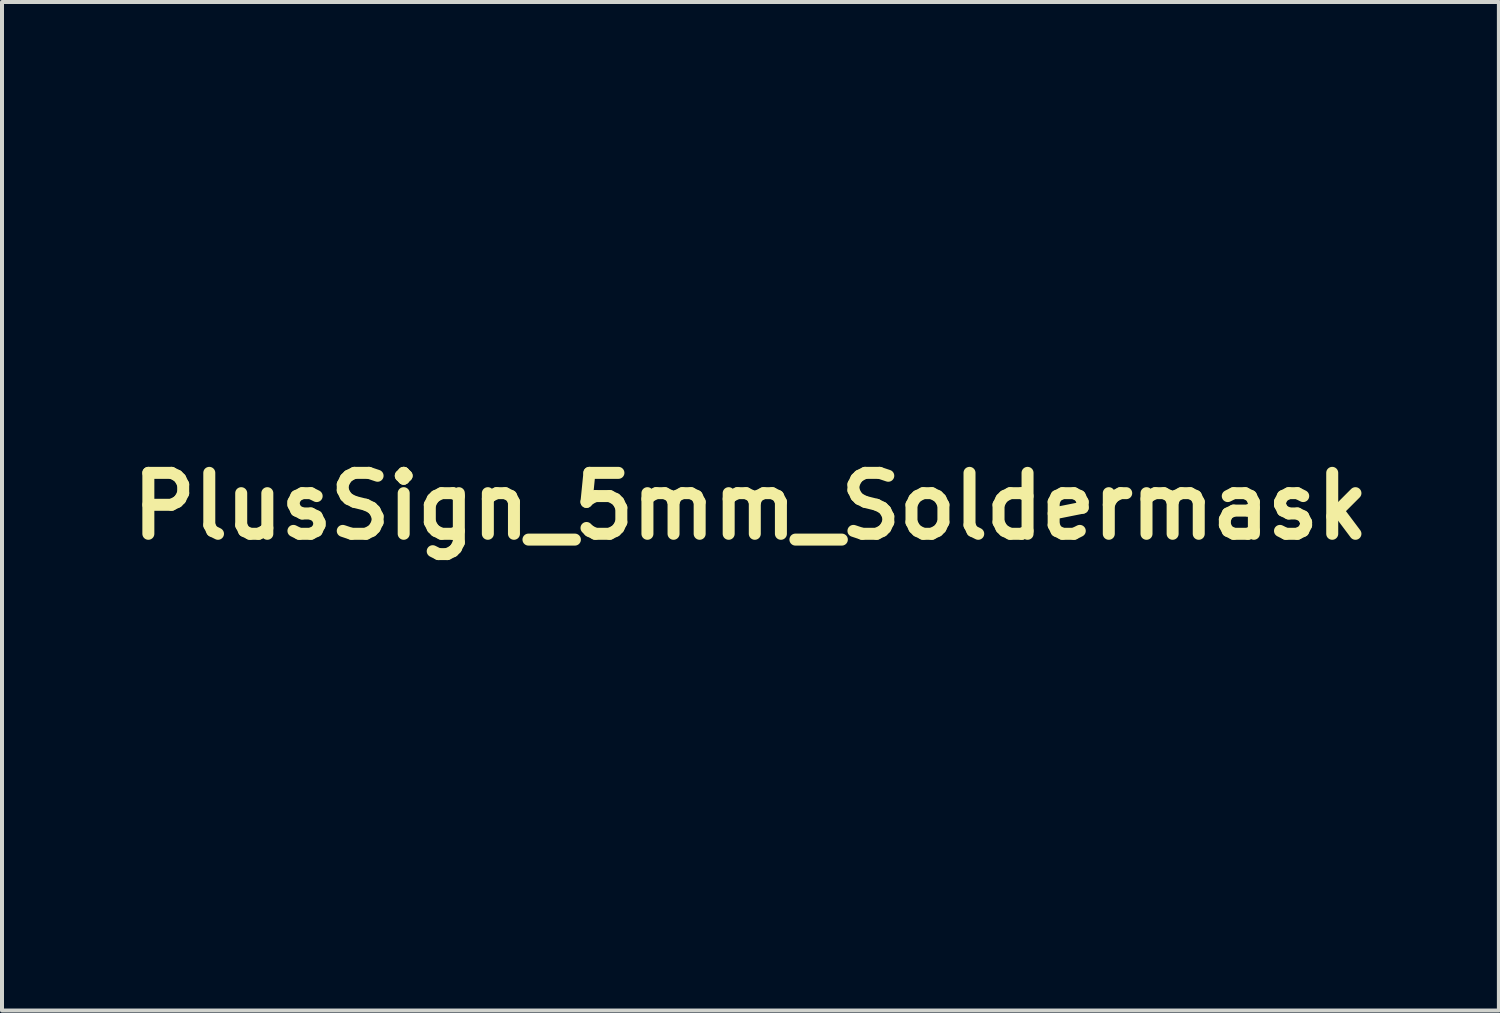
<source format=kicad_pcb>
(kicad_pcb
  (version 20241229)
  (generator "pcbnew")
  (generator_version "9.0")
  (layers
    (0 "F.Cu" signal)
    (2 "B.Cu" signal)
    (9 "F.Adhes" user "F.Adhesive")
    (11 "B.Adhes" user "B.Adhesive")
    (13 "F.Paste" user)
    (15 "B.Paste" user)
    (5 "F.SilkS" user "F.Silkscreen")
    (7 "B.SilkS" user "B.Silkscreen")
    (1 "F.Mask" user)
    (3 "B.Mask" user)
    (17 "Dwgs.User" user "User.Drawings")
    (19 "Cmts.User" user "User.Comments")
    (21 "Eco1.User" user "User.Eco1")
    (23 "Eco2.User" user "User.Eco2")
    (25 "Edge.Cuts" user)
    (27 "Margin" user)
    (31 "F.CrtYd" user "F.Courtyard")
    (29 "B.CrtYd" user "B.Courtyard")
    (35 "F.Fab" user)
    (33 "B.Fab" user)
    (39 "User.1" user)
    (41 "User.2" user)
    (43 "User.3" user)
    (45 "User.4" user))
  (footprint "PlusSign_5mm_Soldermask"
    (layer "F.Cu")
    (at 15.719 9.611)
    (property "Reference" "PlusSign_5mm_Soldermask" (at 0 0 0) (layer "F.SilkS") (effects (font (size 1.524 1.524) (thickness 0.3))))
    (attr through_hole)
    (fp_poly (pts (xy 0.217 6.308) (xy 0.079 6.308) (xy 0.079 5.767) (xy 0.217 5.767) (xy 0.217 6.308)) (stroke (width 0.01) (type solid)) (fill yes) (layer "F.Mask"))
    (fp_poly (pts (xy 0.87 3.346) (xy 0.87 3.411) (xy -0.345 3.411) (xy -0.345 3.346) (xy -0.345 3.281) (xy 0.869 3.281) (xy 0.87 3.346)) (stroke (width 0.01) (type solid)) (fill yes) (layer "F.Mask"))
    (fp_poly (pts (xy 0.306 -7.318) (xy 1.497 -7.318) (xy 1.497 -6.718) (xy 0.306 -6.718) (xy 0.306 -5.537) (xy -0.306 -5.537) (xy -0.306 -6.718) (xy -1.497 -6.718) (xy -1.497 -7.318) (xy -0.306 -7.318) (xy -0.306 -8.498) (xy 0.306 -8.498) (xy 0.306 -7.318)) (stroke (width 0.01) (type solid)) (fill yes) (layer "F.Mask"))
    (fp_poly (pts (xy 0.87 0.145) (xy 0.869 0.214) (xy 0.479 0.214) (xy 0.089 0.215) (xy 0.089 1.019) (xy 0.87 1.019) (xy 0.87 1.156) (xy -0.786 1.156) (xy -0.786 1.019) (xy -0.409 1.018) (xy -0.032 1.018) (xy -0.032 0.616) (xy -0.032 0.215) (xy -0.786 0.215) (xy -0.786 0.076) (xy 0.87 0.076) (xy 0.87 0.145)) (stroke (width 0.01) (type solid)) (fill yes) (layer "F.Mask"))
    (fp_poly (pts (xy 0.87 3.995) (xy 0.306 4.29) (xy -0.258 4.585) (xy -0.44 4.672) (xy -0.622 4.759) (xy -0.622 4.775) (xy -0.616 4.775) (xy -0.614 4.775) (xy -0.609 4.775) (xy -0.602 4.775) (xy -0.594 4.775) (xy -0.583 4.774) (xy -0.571 4.774) (xy -0.557 4.774) (xy -0.541 4.773) (xy -0.524 4.773) (xy -0.506 4.772) (xy -0.487 4.772) (xy -0.468 4.771) (xy -0.447 4.771) (xy -0.44 4.771) (xy -0.271 4.766) (xy 0.299 4.766) (xy 0.87 4.766) (xy 0.87 4.833) (xy 0.869 4.899) (xy 0.042 4.899) (xy -0.786 4.9) (xy -0.786 4.81) (xy -0.785 4.721) (xy -0.226 4.428) (xy 0.333 4.135) (xy 0.519 4.046) (xy 0.704 3.958) (xy 0.705 3.949) (xy 0.705 3.941) (xy 0.682 3.941) (xy 0.677 3.942) (xy 0.671 3.942) (xy 0.662 3.942) (xy 0.651 3.942) (xy 0.638 3.943) (xy 0.624 3.943) (xy 0.609 3.943) (xy 0.592 3.944) (xy 0.574 3.944) (xy 0.556 3.945) (xy 0.537 3.945) (xy 0.517 3.946) (xy 0.512 3.946) (xy 0.365 3.95) (xy -0.211 3.95) (xy -0.786 3.95) (xy -0.786 3.818) (xy 0.87 3.818) (xy 0.87 3.995)) (stroke (width 0.01) (type solid)) (fill yes) (layer "F.Mask"))
    (fp_poly (pts (xy -0.76 3.258) (xy -0.751 3.258) (xy -0.744 3.259) (xy -0.738 3.259) (xy -0.737 3.259) (xy -0.726 3.263) (xy -0.715 3.268) (xy -0.706 3.275) (xy -0.697 3.282) (xy -0.691 3.291) (xy -0.69 3.293) (xy -0.687 3.299) (xy -0.684 3.306) (xy -0.683 3.312) (xy -0.681 3.32) (xy -0.681 3.328) (xy -0.68 3.339) (xy -0.68 3.345) (xy -0.68 3.357) (xy -0.681 3.366) (xy -0.682 3.374) (xy -0.683 3.381) (xy -0.685 3.388) (xy -0.688 3.395) (xy -0.69 3.399) (xy -0.696 3.408) (xy -0.704 3.416) (xy -0.714 3.423) (xy -0.725 3.428) (xy -0.736 3.431) (xy -0.741 3.432) (xy -0.748 3.432) (xy -0.756 3.432) (xy -0.766 3.433) (xy -0.776 3.433) (xy -0.786 3.433) (xy -0.795 3.432) (xy -0.803 3.432) (xy -0.81 3.431) (xy -0.814 3.431) (xy -0.825 3.427) (xy -0.836 3.422) (xy -0.846 3.415) (xy -0.853 3.408) (xy -0.858 3.4) (xy -0.863 3.39) (xy -0.866 3.378) (xy -0.868 3.365) (xy -0.869 3.352) (xy -0.869 3.338) (xy -0.868 3.324) (xy -0.866 3.312) (xy -0.864 3.306) (xy -0.859 3.294) (xy -0.852 3.283) (xy -0.843 3.274) (xy -0.833 3.267) (xy -0.821 3.262) (xy -0.811 3.259) (xy -0.805 3.259) (xy -0.798 3.258) (xy -0.789 3.258) (xy -0.779 3.258) (xy -0.77 3.258) (xy -0.76 3.258)) (stroke (width 0.01) (type solid)) (fill yes) (layer "F.Mask"))
    (fp_poly (pts (xy 0.87 1.64) (xy 0.869 1.706) (xy -0.275 1.707) (xy -0.436 1.701) (xy -0.457 1.701) (xy -0.476 1.7) (xy -0.495 1.699) (xy -0.514 1.698) (xy -0.531 1.698) (xy -0.547 1.697) (xy -0.562 1.697) (xy -0.575 1.696) (xy -0.586 1.696) (xy -0.596 1.695) (xy -0.603 1.695) (xy -0.608 1.695) (xy -0.611 1.695) (xy -0.625 1.694) (xy -0.625 1.704) (xy -0.624 1.713) (xy -0.458 1.793) (xy -0.442 1.801) (xy -0.425 1.809) (xy -0.41 1.816) (xy -0.394 1.823) (xy -0.379 1.831) (xy -0.365 1.838) (xy -0.35 1.845) (xy -0.335 1.852) (xy -0.32 1.86) (xy -0.304 1.867) (xy -0.289 1.875) (xy -0.272 1.883) (xy -0.255 1.892) (xy -0.237 1.9) (xy -0.219 1.91) (xy -0.199 1.92) (xy -0.178 1.93) (xy -0.156 1.941) (xy -0.132 1.953) (xy -0.107 1.966) (xy -0.08 1.979) (xy -0.052 1.993) (xy -0.021 2.009) (xy 0.011 2.025) (xy 0.045 2.042) (xy 0.055 2.047) (xy 0.083 2.061) (xy 0.11 2.075) (xy 0.137 2.088) (xy 0.163 2.101) (xy 0.188 2.114) (xy 0.212 2.126) (xy 0.235 2.138) (xy 0.257 2.149) (xy 0.278 2.16) (xy 0.297 2.169) (xy 0.316 2.179) (xy 0.332 2.187) (xy 0.347 2.195) (xy 0.361 2.202) (xy 0.373 2.208) (xy 0.383 2.213) (xy 0.391 2.217) (xy 0.397 2.22) (xy 0.401 2.222) (xy 0.403 2.223) (xy 0.403 2.223) (xy 0.402 2.224) (xy 0.398 2.226) (xy 0.393 2.228) (xy 0.386 2.232) (xy 0.376 2.237) (xy 0.365 2.243) (xy 0.353 2.249) (xy 0.338 2.257) (xy 0.322 2.265) (xy 0.305 2.273) (xy 0.286 2.283) (xy 0.266 2.293) (xy 0.245 2.304) (xy 0.223 2.315) (xy 0.2 2.326) (xy 0.176 2.339) (xy 0.151 2.351) (xy 0.126 2.364) (xy 0.1 2.377) (xy 0.073 2.39) (xy 0.046 2.404) (xy 0.019 2.417) (xy -0.008 2.431) (xy -0.036 2.445) (xy -0.063 2.459) (xy -0.091 2.473) (xy -0.118 2.486) (xy -0.145 2.5) (xy -0.172 2.513) (xy -0.198 2.527) (xy -0.224 2.539) (xy -0.249 2.552) (xy -0.274 2.564) (xy -0.297 2.576) (xy -0.32 2.587) (xy -0.342 2.598) (xy -0.362 2.608) (xy -0.382 2.618) (xy -0.4 2.627) (xy -0.416 2.635) (xy -0.432 2.643) (xy -0.436 2.645) (xy -0.619 2.735) (xy -0.62 2.752) (xy -0.599 2.752) (xy -0.595 2.751) (xy -0.589 2.751) (xy -0.58 2.751) (xy -0.57 2.751) (xy -0.558 2.75) (xy -0.544 2.75) (xy -0.528 2.749) (xy -0.512 2.749) (xy -0.494 2.748) (xy -0.476 2.748) (xy -0.456 2.747) (xy -0.437 2.747) (xy -0.424 2.746) (xy -0.27 2.742) (xy 0.869 2.743) (xy 0.87 2.809) (xy 0.87 2.875) (xy -0.786 2.875) (xy -0.786 2.688) (xy -0.522 2.557) (xy -0.497 2.545) (xy -0.472 2.532) (xy -0.447 2.52) (xy -0.423 2.508) (xy -0.399 2.497) (xy -0.376 2.485) (xy -0.354 2.474) (xy -0.333 2.464) (xy -0.313 2.454) (xy -0.294 2.445) (xy -0.276 2.436) (xy -0.26 2.428) (xy -0.246 2.421) (xy -0.233 2.415) (xy -0.222 2.409) (xy -0.214 2.405) (xy -0.207 2.401) (xy -0.205 2.401) (xy -0.197 2.397) (xy -0.19 2.393) (xy -0.182 2.389) (xy -0.174 2.386) (xy -0.166 2.382) (xy -0.157 2.378) (xy -0.147 2.373) (xy -0.137 2.369) (xy -0.126 2.364) (xy -0.114 2.358) (xy -0.1 2.352) (xy -0.085 2.345) (xy -0.068 2.338) (xy -0.05 2.33) (xy -0.029 2.321) (xy -0.007 2.312) (xy 0.014 2.303) (xy 0.181 2.23) (xy 0.181 2.218) (xy -0.153 2.072) (xy -0.47 1.916) (xy -0.786 1.761) (xy -0.786 1.574) (xy 0.87 1.574) (xy 0.87 1.64)) (stroke (width 0.01) (type solid)) (fill yes) (layer "F.Mask"))
    (fp_poly (pts (xy 0.869 7.025) (xy 0.869 7.026) (xy 0.869 7.028) (xy 0.869 7.031) (xy 0.87 7.035) (xy 0.87 7.041) (xy 0.87 7.048) (xy 0.87 7.057) (xy 0.87 7.069) (xy 0.87 7.082) (xy 0.87 7.094) (xy 0.869 7.165) (xy 0.615 7.244) (xy 0.59 7.251) (xy 0.566 7.259) (xy 0.542 7.266) (xy 0.52 7.273) (xy 0.498 7.28) (xy 0.478 7.286) (xy 0.458 7.292) (xy 0.44 7.298) (xy 0.424 7.303) (xy 0.409 7.308) (xy 0.395 7.312) (xy 0.383 7.315) (xy 0.374 7.319) (xy 0.366 7.321) (xy 0.36 7.323) (xy 0.356 7.324) (xy 0.355 7.324) (xy 0.351 7.325) (xy 0.351 7.64) (xy 0.351 7.954) (xy 0.552 8.016) (xy 0.575 8.023) (xy 0.598 8.03) (xy 0.621 8.037) (xy 0.643 8.044) (xy 0.665 8.05) (xy 0.686 8.057) (xy 0.706 8.063) (xy 0.726 8.069) (xy 0.744 8.074) (xy 0.76 8.079) (xy 0.775 8.084) (xy 0.788 8.088) (xy 0.799 8.091) (xy 0.808 8.094) (xy 0.811 8.095) (xy 0.87 8.113) (xy 0.87 8.183) (xy 0.87 8.198) (xy 0.87 8.211) (xy 0.87 8.221) (xy 0.87 8.23) (xy 0.87 8.237) (xy 0.87 8.242) (xy 0.869 8.246) (xy 0.869 8.249) (xy 0.869 8.251) (xy 0.869 8.252) (xy 0.868 8.252) (xy 0.868 8.252) (xy 0.868 8.252) (xy 0.866 8.252) (xy 0.863 8.251) (xy 0.857 8.249) (xy 0.849 8.246) (xy 0.838 8.243) (xy 0.826 8.239) (xy 0.811 8.235) (xy 0.795 8.229) (xy 0.776 8.224) (xy 0.756 8.217) (xy 0.734 8.21) (xy 0.71 8.203) (xy 0.684 8.195) (xy 0.657 8.186) (xy 0.629 8.177) (xy 0.599 8.168) (xy 0.567 8.158) (xy 0.534 8.147) (xy 0.5 8.136) (xy 0.465 8.125) (xy 0.428 8.114) (xy 0.39 8.102) (xy 0.352 8.089) (xy 0.312 8.077) (xy 0.271 8.064) (xy 0.23 8.051) (xy 0.188 8.037) (xy 0.145 8.024) (xy 0.101 8.01) (xy 0.057 7.996) (xy 0.05 7.994) (xy 0.006 7.98) (xy -0.038 7.966) (xy -0.081 7.952) (xy -0.124 7.939) (xy -0.166 7.926) (xy -0.206 7.913) (xy -0.247 7.9) (xy -0.286 7.888) (xy -0.324 7.876) (xy -0.361 7.864) (xy -0.396 7.852) (xy -0.431 7.842) (xy -0.464 7.831) (xy -0.496 7.821) (xy -0.527 7.811) (xy -0.556 7.802) (xy -0.584 7.793) (xy -0.61 7.785) (xy -0.634 7.777) (xy -0.657 7.77) (xy -0.678 7.763) (xy -0.697 7.757) (xy -0.714 7.752) (xy -0.729 7.747) (xy -0.743 7.743) (xy -0.754 7.739) (xy -0.762 7.737) (xy -0.769 7.734) (xy -0.774 7.733) (xy -0.776 7.732) (xy -0.776 7.732) (xy -0.786 7.729) (xy -0.786 7.639) (xy -0.786 7.632) (xy -0.665 7.632) (xy -0.665 7.648) (xy -0.659 7.65) (xy -0.657 7.65) (xy -0.652 7.652) (xy -0.646 7.654) (xy -0.637 7.656) (xy -0.627 7.659) (xy -0.615 7.663) (xy -0.602 7.667) (xy -0.588 7.671) (xy -0.572 7.675) (xy -0.556 7.68) (xy -0.538 7.685) (xy -0.52 7.691) (xy -0.519 7.691) (xy -0.505 7.695) (xy -0.489 7.7) (xy -0.471 7.705) (xy -0.451 7.711) (xy -0.43 7.718) (xy -0.406 7.725) (xy -0.382 7.732) (xy -0.356 7.74) (xy -0.329 7.748) (xy -0.301 7.757) (xy -0.272 7.765) (xy -0.243 7.774) (xy -0.213 7.783) (xy -0.184 7.792) (xy -0.154 7.801) (xy -0.124 7.81) (xy -0.095 7.819) (xy -0.076 7.825) (xy -0.049 7.833) (xy -0.022 7.841) (xy 0.004 7.849) (xy 0.029 7.857) (xy 0.053 7.864) (xy 0.076 7.871) (xy 0.098 7.878) (xy 0.119 7.884) (xy 0.138 7.89) (xy 0.156 7.896) (xy 0.173 7.901) (xy 0.187 7.905) (xy 0.2 7.909) (xy 0.212 7.912) (xy 0.221 7.915) (xy 0.228 7.917) (xy 0.233 7.919) (xy 0.235 7.919) (xy 0.236 7.92) (xy 0.239 7.92) (xy 0.239 7.357) (xy 0.236 7.358) (xy 0.234 7.358) (xy 0.231 7.359) (xy 0.225 7.361) (xy 0.217 7.364) (xy 0.206 7.367) (xy 0.194 7.37) (xy 0.181 7.375) (xy 0.165 7.38) (xy 0.148 7.385) (xy 0.129 7.391) (xy 0.109 7.397) (xy 0.088 7.404) (xy 0.065 7.411) (xy 0.041 7.418) (xy 0.017 7.426) (xy -0.009 7.434) (xy -0.036 7.442) (xy -0.063 7.451) (xy -0.084 7.457) (xy -0.118 7.468) (xy -0.15 7.478) (xy -0.179 7.487) (xy -0.207 7.496) (xy -0.232 7.504) (xy -0.256 7.511) (xy -0.278 7.518) (xy -0.299 7.524) (xy -0.318 7.53) (xy -0.337 7.536) (xy -0.354 7.541) (xy -0.369 7.546) (xy -0.385 7.55) (xy -0.399 7.555) (xy -0.413 7.559) (xy -0.426 7.563) (xy -0.439 7.567) (xy -0.452 7.571) (xy -0.465 7.574) (xy -0.477 7.578) (xy -0.49 7.582) (xy -0.504 7.586) (xy -0.517 7.59) (xy -0.532 7.594) (xy -0.533 7.594) (xy -0.665 7.632) (xy -0.786 7.632) (xy -0.786 7.548) (xy 0.04 7.287) (xy 0.085 7.272) (xy 0.129 7.259) (xy 0.172 7.245) (xy 0.215 7.231) (xy 0.257 7.218) (xy 0.298 7.205) (xy 0.338 7.192) (xy 0.377 7.18) (xy 0.415 7.168) (xy 0.452 7.156) (xy 0.488 7.145) (xy 0.523 7.134) (xy 0.556 7.123) (xy 0.588 7.113) (xy 0.619 7.103) (xy 0.648 7.094) (xy 0.676 7.085) (xy 0.702 7.077) (xy 0.726 7.069) (xy 0.749 7.062) (xy 0.77 7.056) (xy 0.789 7.05) (xy 0.806 7.044) (xy 0.821 7.039) (xy 0.835 7.035) (xy 0.846 7.032) (xy 0.855 7.029) (xy 0.861 7.027) (xy 0.866 7.025) (xy 0.868 7.025) (xy 0.868 7.025) (xy 0.869 7.025)) (stroke (width 0.01) (type solid)) (fill yes) (layer "F.Mask"))
    (fp_poly (pts (xy 0.87 8.519) (xy 0.838 8.529) (xy 0.833 8.53) (xy 0.826 8.532) (xy 0.817 8.535) (xy 0.806 8.538) (xy 0.794 8.542) (xy 0.779 8.547) (xy 0.763 8.552) (xy 0.745 8.557) (xy 0.726 8.563) (xy 0.706 8.57) (xy 0.685 8.576) (xy 0.664 8.583) (xy 0.641 8.59) (xy 0.618 8.597) (xy 0.594 8.604) (xy 0.578 8.609) (xy 0.351 8.68) (xy 0.351 8.994) (xy 0.351 9.309) (xy 0.61 9.388) (xy 0.869 9.467) (xy 0.87 9.537) (xy 0.87 9.553) (xy 0.87 9.566) (xy 0.87 9.578) (xy 0.87 9.587) (xy 0.87 9.594) (xy 0.869 9.599) (xy 0.869 9.603) (xy 0.869 9.606) (xy 0.869 9.607) (xy 0.868 9.607) (xy 0.867 9.607) (xy 0.863 9.606) (xy 0.857 9.604) (xy 0.849 9.601) (xy 0.839 9.598) (xy 0.827 9.594) (xy 0.812 9.59) (xy 0.796 9.584) (xy 0.777 9.579) (xy 0.757 9.572) (xy 0.735 9.565) (xy 0.711 9.558) (xy 0.685 9.55) (xy 0.658 9.541) (xy 0.63 9.532) (xy 0.6 9.522) (xy 0.568 9.513) (xy 0.535 9.502) (xy 0.501 9.491) (xy 0.465 9.48) (xy 0.429 9.468) (xy 0.391 9.456) (xy 0.352 9.444) (xy 0.312 9.432) (xy 0.272 9.419) (xy 0.23 9.405) (xy 0.187 9.392) (xy 0.144 9.378) (xy 0.1 9.365) (xy 0.056 9.35) (xy 0.04 9.345) (xy -0.786 9.084) (xy -0.786 9.002) (xy -0.666 9.002) (xy -0.531 9.042) (xy -0.517 9.046) (xy -0.501 9.051) (xy -0.483 9.056) (xy -0.463 9.062) (xy -0.441 9.069) (xy -0.418 9.076) (xy -0.393 9.083) (xy -0.367 9.091) (xy -0.34 9.099) (xy -0.312 9.108) (xy -0.283 9.116) (xy -0.254 9.125) (xy -0.224 9.134) (xy -0.194 9.144) (xy -0.164 9.153) (xy -0.134 9.162) (xy -0.104 9.171) (xy -0.08 9.178) (xy -0.052 9.187) (xy -0.026 9.195) (xy 0.001 9.203) (xy 0.026 9.211) (xy 0.05 9.218) (xy 0.074 9.225) (xy 0.096 9.232) (xy 0.117 9.238) (xy 0.137 9.244) (xy 0.155 9.25) (xy 0.172 9.255) (xy 0.187 9.259) (xy 0.2 9.263) (xy 0.211 9.267) (xy 0.221 9.27) (xy 0.228 9.272) (xy 0.233 9.274) (xy 0.236 9.275) (xy 0.237 9.275) (xy 0.237 9.274) (xy 0.238 9.273) (xy 0.238 9.27) (xy 0.238 9.267) (xy 0.238 9.262) (xy 0.238 9.256) (xy 0.238 9.249) (xy 0.238 9.24) (xy 0.238 9.229) (xy 0.238 9.217) (xy 0.239 9.204) (xy 0.239 9.188) (xy 0.239 9.171) (xy 0.239 9.151) (xy 0.239 9.13) (xy 0.239 9.106) (xy 0.239 9.081) (xy 0.239 9.053) (xy 0.239 9.022) (xy 0.239 8.994) (xy 0.239 8.962) (xy 0.239 8.932) (xy 0.239 8.905) (xy 0.239 8.881) (xy 0.239 8.858) (xy 0.239 8.838) (xy 0.239 8.819) (xy 0.239 8.802) (xy 0.239 8.788) (xy 0.239 8.774) (xy 0.238 8.763) (xy 0.238 8.753) (xy 0.238 8.744) (xy 0.238 8.736) (xy 0.238 8.73) (xy 0.238 8.725) (xy 0.238 8.721) (xy 0.238 8.718) (xy 0.238 8.715) (xy 0.237 8.714) (xy 0.237 8.713) (xy 0.237 8.712) (xy 0.237 8.712) (xy 0.235 8.713) (xy 0.232 8.714) (xy 0.226 8.715) (xy 0.218 8.718) (xy 0.208 8.721) (xy 0.196 8.725) (xy 0.182 8.729) (xy 0.167 8.734) (xy 0.15 8.739) (xy 0.131 8.745) (xy 0.111 8.751) (xy 0.09 8.758) (xy 0.067 8.765) (xy 0.043 8.772) (xy 0.019 8.78) (xy -0.007 8.788) (xy -0.033 8.796) (xy -0.06 8.804) (xy -0.078 8.81) (xy -0.112 8.821) (xy -0.144 8.831) (xy -0.173 8.84) (xy -0.201 8.848) (xy -0.226 8.856) (xy -0.25 8.864) (xy -0.272 8.87) (xy -0.293 8.877) (xy -0.312 8.883) (xy -0.33 8.888) (xy -0.347 8.894) (xy -0.363 8.898) (xy -0.378 8.903) (xy -0.393 8.907) (xy -0.407 8.912) (xy -0.42 8.916) (xy -0.433 8.92) (xy -0.446 8.923) (xy -0.459 8.927) (xy -0.473 8.931) (xy -0.486 8.935) (xy -0.5 8.939) (xy -0.514 8.943) (xy -0.528 8.947) (xy -0.665 8.986) (xy -0.665 8.994) (xy -0.666 9.002) (xy -0.786 9.002) (xy -0.786 8.993) (xy -0.786 8.903) (xy -0.778 8.9) (xy -0.776 8.9) (xy -0.772 8.898) (xy -0.766 8.896) (xy -0.757 8.894) (xy -0.747 8.89) (xy -0.734 8.886) (xy -0.72 8.882) (xy -0.704 8.877) (xy -0.686 8.871) (xy -0.667 8.865) (xy -0.646 8.859) (xy -0.624 8.852) (xy -0.601 8.844) (xy -0.577 8.837) (xy -0.552 8.828) (xy -0.525 8.82) (xy -0.498 8.812) (xy -0.47 8.803) (xy -0.442 8.794) (xy -0.427 8.789) (xy -0.392 8.778) (xy -0.359 8.768) (xy -0.328 8.758) (xy -0.299 8.749) (xy -0.272 8.74) (xy -0.246 8.732) (xy -0.221 8.724) (xy -0.198 8.717) (xy -0.176 8.71) (xy -0.155 8.703) (xy -0.135 8.697) (xy -0.116 8.691) (xy -0.097 8.685) (xy -0.079 8.679) (xy -0.061 8.673) (xy -0.044 8.668) (xy -0.027 8.662) (xy -0.009 8.657) (xy 0.008 8.651) (xy 0.026 8.646) (xy 0.044 8.64) (xy 0.062 8.634) (xy 0.081 8.628) (xy 0.101 8.622) (xy 0.122 8.615) (xy 0.144 8.608) (xy 0.166 8.601) (xy 0.191 8.594) (xy 0.216 8.585) (xy 0.243 8.577) (xy 0.272 8.568) (xy 0.302 8.558) (xy 0.334 8.548) (xy 0.369 8.537) (xy 0.405 8.526) (xy 0.444 8.513) (xy 0.451 8.511) (xy 0.483 8.501) (xy 0.514 8.491) (xy 0.544 8.482) (xy 0.573 8.472) (xy 0.602 8.463) (xy 0.629 8.455) (xy 0.656 8.446) (xy 0.681 8.438) (xy 0.705 8.431) (xy 0.728 8.423) (xy 0.749 8.417) (xy 0.769 8.41) (xy 0.788 8.405) (xy 0.804 8.399) (xy 0.819 8.395) (xy 0.832 8.391) (xy 0.843 8.387) (xy 0.852 8.384) (xy 0.859 8.382) (xy 0.864 8.381) (xy 0.866 8.38) (xy 0.866 8.38) (xy 0.87 8.379) (xy 0.87 8.519)) (stroke (width 0.01) (type solid)) (fill yes) (layer "F.Mask"))
    (fp_poly (pts (xy 0.056 -9.606) (xy 0.101 -9.604) (xy 0.144 -9.602) (xy 0.155 -9.602) (xy 0.236 -9.596) (xy 0.316 -9.587) (xy 0.396 -9.576) (xy 0.476 -9.562) (xy 0.555 -9.546) (xy 0.634 -9.528) (xy 0.712 -9.507) (xy 0.789 -9.483) (xy 0.866 -9.457) (xy 0.942 -9.429) (xy 1.017 -9.398) (xy 1.03 -9.393) (xy 1.054 -9.382) (xy 1.08 -9.37) (xy 1.107 -9.357) (xy 1.134 -9.344) (xy 1.162 -9.331) (xy 1.188 -9.317) (xy 1.213 -9.304) (xy 1.237 -9.292) (xy 1.246 -9.287) (xy 1.317 -9.246) (xy 1.386 -9.204) (xy 1.454 -9.159) (xy 1.52 -9.113) (xy 1.585 -9.064) (xy 1.648 -9.014) (xy 1.709 -8.962) (xy 1.769 -8.907) (xy 1.827 -8.851) (xy 1.883 -8.794) (xy 1.938 -8.734) (xy 1.984 -8.68) (xy 2.035 -8.617) (xy 2.084 -8.553) (xy 2.131 -8.487) (xy 2.176 -8.42) (xy 2.218 -8.352) (xy 2.258 -8.282) (xy 2.297 -8.212) (xy 2.332 -8.14) (xy 2.366 -8.067) (xy 2.397 -7.994) (xy 2.426 -7.919) (xy 2.453 -7.844) (xy 2.477 -7.768) (xy 2.499 -7.69) (xy 2.519 -7.613) (xy 2.536 -7.534) (xy 2.551 -7.455) (xy 2.563 -7.376) (xy 2.573 -7.295) (xy 2.581 -7.215) (xy 2.584 -7.172) (xy 2.586 -7.128) (xy 2.587 -7.082) (xy 2.588 -7.036) (xy 2.588 -6.99) (xy 2.587 -6.943) (xy 2.586 -6.898) (xy 2.583 -6.855) (xy 2.583 -6.853) (xy 2.577 -6.772) (xy 2.568 -6.691) (xy 2.556 -6.611) (xy 2.542 -6.531) (xy 2.526 -6.452) (xy 2.507 -6.374) (xy 2.486 -6.297) (xy 2.462 -6.22) (xy 2.436 -6.144) (xy 2.408 -6.069) (xy 2.378 -5.995) (xy 2.345 -5.922) (xy 2.31 -5.85) (xy 2.272 -5.778) (xy 2.233 -5.708) (xy 2.191 -5.64) (xy 2.147 -5.572) (xy 2.101 -5.505) (xy 2.052 -5.44) (xy 2.018 -5.397) (xy 1.975 -5.345) (xy 1.93 -5.294) (xy 1.884 -5.243) (xy 1.836 -5.193) (xy 1.787 -5.145) (xy 1.737 -5.099) (xy 1.707 -5.072) (xy 1.646 -5.02) (xy 1.582 -4.969) (xy 1.517 -4.921) (xy 1.451 -4.874) (xy 1.383 -4.83) (xy 1.314 -4.788) (xy 1.244 -4.748) (xy 1.173 -4.71) (xy 1.1 -4.675) (xy 1.026 -4.641) (xy 0.956 -4.612) (xy 0.88 -4.583) (xy 0.804 -4.557) (xy 0.727 -4.533) (xy 0.649 -4.512) (xy 0.571 -4.493) (xy 0.491 -4.476) (xy 0.412 -4.462) (xy 0.332 -4.45) (xy 0.251 -4.441) (xy 0.169 -4.435) (xy 0.141 -4.433) (xy 0.135 -4.433) (xy 0.126 -4.432) (xy 0.116 -4.432) (xy 0.105 -4.431) (xy 0.093 -4.431) (xy 0.081 -4.431) (xy 0.068 -4.43) (xy 0.055 -4.43) (xy 0.043 -4.43) (xy 0.031 -4.429) (xy 0.02 -4.429) (xy 0.01 -4.429) (xy 0.002 -4.429) (xy -0.004 -4.429) (xy -0.009 -4.429) (xy -0.01 -4.429) (xy -0.012 -4.429) (xy -0.016 -4.429) (xy -0.022 -4.429) (xy -0.03 -4.429) (xy -0.039 -4.429) (xy -0.049 -4.43) (xy -0.057 -4.43) (xy -0.137 -4.433) (xy -0.217 -4.438) (xy -0.297 -4.446) (xy -0.377 -4.457) (xy -0.456 -4.47) (xy -0.535 -4.485) (xy -0.613 -4.503) (xy -0.691 -4.523) (xy -0.768 -4.546) (xy -0.845 -4.571) (xy -0.909 -4.594) (xy -0.984 -4.624) (xy -1.058 -4.655) (xy -1.131 -4.689) (xy -1.203 -4.726) (xy -1.273 -4.764) (xy -1.342 -4.805) (xy -1.41 -4.847) (xy -1.476 -4.892) (xy -1.541 -4.938) (xy -1.605 -4.987) (xy -1.667 -5.037) (xy -1.727 -5.089) (xy -1.785 -5.144) (xy -1.842 -5.2) (xy -1.898 -5.257) (xy -1.951 -5.317) (xy -2.003 -5.378) (xy -2.053 -5.441) (xy -2.101 -5.505) (xy -2.147 -5.571) (xy -2.191 -5.639) (xy -2.233 -5.708) (xy -2.249 -5.737) (xy -2.288 -5.807) (xy -2.324 -5.878) (xy -2.358 -5.95) (xy -2.39 -6.024) (xy -2.42 -6.098) (xy -2.447 -6.174) (xy -2.472 -6.25) (xy -2.494 -6.327) (xy -2.515 -6.404) (xy -2.522 -6.433) (xy -2.537 -6.502) (xy -2.55 -6.571) (xy -2.561 -6.64) (xy -2.57 -6.709) (xy -2.577 -6.78) (xy -2.583 -6.851) (xy -2.583 -6.852) (xy -2.584 -6.867) (xy -2.585 -6.88) (xy -2.586 -6.893) (xy -2.586 -6.905) (xy -2.587 -6.918) (xy -2.587 -6.931) (xy -2.587 -6.945) (xy -2.587 -6.96) (xy -2.587 -6.976) (xy -2.588 -6.994) (xy -2.588 -7.015) (xy -2.588 -7.017) (xy -2.588 -7.036) (xy -2.229 -7.036) (xy -2.229 -7.009) (xy -2.228 -6.982) (xy -2.228 -6.956) (xy -2.227 -6.93) (xy -2.226 -6.905) (xy -2.225 -6.881) (xy -2.224 -6.874) (xy -2.218 -6.799) (xy -2.21 -6.725) (xy -2.199 -6.651) (xy -2.185 -6.578) (xy -2.169 -6.505) (xy -2.151 -6.432) (xy -2.13 -6.361) (xy -2.107 -6.29) (xy -2.081 -6.219) (xy -2.053 -6.15) (xy -2.023 -6.082) (xy -1.99 -6.014) (xy -1.955 -5.948) (xy -1.936 -5.912) (xy -1.899 -5.85) (xy -1.859 -5.788) (xy -1.818 -5.728) (xy -1.774 -5.669) (xy -1.729 -5.611) (xy -1.682 -5.555) (xy -1.678 -5.55) (xy -1.646 -5.515) (xy -1.614 -5.48) (xy -1.58 -5.445) (xy -1.545 -5.411) (xy -1.51 -5.378) (xy -1.476 -5.347) (xy -1.469 -5.341) (xy -1.411 -5.292) (xy -1.352 -5.245) (xy -1.291 -5.201) (xy -1.229 -5.158) (xy -1.166 -5.118) (xy -1.101 -5.08) (xy -1.035 -5.044) (xy -0.968 -5.01) (xy -0.899 -4.978) (xy -0.879 -4.969) (xy -0.811 -4.941) (xy -0.742 -4.916) (xy -0.672 -4.892) (xy -0.601 -4.871) (xy -0.529 -4.852) (xy -0.457 -4.836) (xy -0.384 -4.822) (xy -0.311 -4.81) (xy -0.249 -4.803) (xy -0.19 -4.797) (xy -0.131 -4.792) (xy -0.073 -4.79) (xy -0.014 -4.789) (xy 0.046 -4.789) (xy 0.091 -4.791) (xy 0.165 -4.795) (xy 0.239 -4.801) (xy 0.312 -4.81) (xy 0.385 -4.822) (xy 0.458 -4.836) (xy 0.53 -4.852) (xy 0.602 -4.871) (xy 0.672 -4.892) (xy 0.742 -4.916) (xy 0.812 -4.942) (xy 0.88 -4.97) (xy 0.947 -5) (xy 1.014 -5.033) (xy 1.079 -5.067) (xy 1.143 -5.104) (xy 1.206 -5.143) (xy 1.268 -5.184) (xy 1.328 -5.228) (xy 1.387 -5.273) (xy 1.429 -5.307) (xy 1.473 -5.345) (xy 1.517 -5.385) (xy 1.56 -5.426) (xy 1.602 -5.468) (xy 1.642 -5.51) (xy 1.68 -5.553) (xy 1.689 -5.563) (xy 1.738 -5.621) (xy 1.784 -5.681) (xy 1.828 -5.742) (xy 1.87 -5.804) (xy 1.91 -5.868) (xy 1.947 -5.933) (xy 1.983 -5.999) (xy 2.016 -6.066) (xy 2.047 -6.135) (xy 2.075 -6.205) (xy 2.087 -6.236) (xy 2.112 -6.306) (xy 2.135 -6.377) (xy 2.155 -6.449) (xy 2.173 -6.522) (xy 2.189 -6.595) (xy 2.201 -6.669) (xy 2.212 -6.743) (xy 2.22 -6.817) (xy 2.223 -6.857) (xy 2.226 -6.911) (xy 2.228 -6.966) (xy 2.229 -7.021) (xy 2.228 -7.076) (xy 2.226 -7.13) (xy 2.224 -7.16) (xy 2.218 -7.235) (xy 2.21 -7.31) (xy 2.199 -7.384) (xy 2.185 -7.458) (xy 2.169 -7.531) (xy 2.151 -7.603) (xy 2.13 -7.675) (xy 2.107 -7.746) (xy 2.081 -7.816) (xy 2.053 -7.886) (xy 2.049 -7.896) (xy 2.038 -7.92) (xy 2.026 -7.947) (xy 2.013 -7.974) (xy 2 -8.001) (xy 1.987 -8.028) (xy 1.973 -8.054) (xy 1.96 -8.079) (xy 1.949 -8.099) (xy 1.912 -8.164) (xy 1.872 -8.228) (xy 1.83 -8.29) (xy 1.786 -8.351) (xy 1.741 -8.41) (xy 1.693 -8.468) (xy 1.644 -8.524) (xy 1.592 -8.578) (xy 1.539 -8.63) (xy 1.485 -8.681) (xy 1.428 -8.729) (xy 1.37 -8.776) (xy 1.31 -8.821) (xy 1.249 -8.864) (xy 1.186 -8.905) (xy 1.122 -8.944) (xy 1.056 -8.981) (xy 1.027 -8.996) (xy 0.961 -9.029) (xy 0.893 -9.06) (xy 0.824 -9.089) (xy 0.755 -9.115) (xy 0.684 -9.139) (xy 0.613 -9.161) (xy 0.541 -9.18) (xy 0.468 -9.197) (xy 0.401 -9.211) (xy 0.328 -9.223) (xy 0.254 -9.232) (xy 0.179 -9.24) (xy 0.105 -9.244) (xy 0.03 -9.247) (xy -0.045 -9.246) (xy -0.119 -9.244) (xy -0.194 -9.238) (xy -0.268 -9.231) (xy -0.342 -9.221) (xy -0.349 -9.22) (xy -0.423 -9.206) (xy -0.496 -9.191) (xy -0.569 -9.173) (xy -0.641 -9.153) (xy -0.712 -9.13) (xy -0.783 -9.105) (xy -0.852 -9.078) (xy -0.921 -9.048) (xy -0.988 -9.016) (xy -1.055 -8.982) (xy -1.12 -8.945) (xy -1.184 -8.906) (xy -1.247 -8.865) (xy -1.297 -8.83) (xy -1.357 -8.786) (xy -1.416 -8.739) (xy -1.473 -8.691) (xy -1.528 -8.641) (xy -1.581 -8.589) (xy -1.633 -8.535) (xy -1.682 -8.48) (xy -1.73 -8.423) (xy -1.776 -8.365) (xy -1.82 -8.305) (xy -1.861 -8.244) (xy -1.901 -8.181) (xy -1.939 -8.117) (xy -1.974 -8.052) (xy -2.008 -7.986) (xy -2.039 -7.918) (xy -2.068 -7.849) (xy -2.095 -7.779) (xy -2.119 -7.708) (xy -2.123 -7.696) (xy -2.144 -7.626) (xy -2.163 -7.556) (xy -2.179 -7.485) (xy -2.194 -7.413) (xy -2.205 -7.341) (xy -2.215 -7.268) (xy -2.222 -7.193) (xy -2.226 -7.129) (xy -2.227 -7.108) (xy -2.228 -7.086) (xy -2.228 -7.061) (xy -2.229 -7.036) (xy -2.588 -7.036) (xy -2.588 -7.038) (xy -2.588 -7.056) (xy -2.587 -7.073) (xy -2.587 -7.088) (xy -2.587 -7.102) (xy -2.587 -7.115) (xy -2.586 -7.128) (xy -2.586 -7.141) (xy -2.585 -7.154) (xy -2.584 -7.168) (xy -2.583 -7.182) (xy -2.582 -7.193) (xy -2.576 -7.273) (xy -2.566 -7.353) (xy -2.555 -7.433) (xy -2.541 -7.512) (xy -2.524 -7.59) (xy -2.505 -7.668) (xy -2.484 -7.745) (xy -2.461 -7.821) (xy -2.435 -7.896) (xy -2.407 -7.97) (xy -2.376 -8.044) (xy -2.344 -8.116) (xy -2.309 -8.187) (xy -2.272 -8.258) (xy -2.233 -8.327) (xy -2.192 -8.394) (xy -2.149 -8.461) (xy -2.103 -8.526) (xy -2.056 -8.59) (xy -2.007 -8.653) (xy -1.955 -8.714) (xy -1.902 -8.774) (xy -1.847 -8.832) (xy -1.789 -8.888) (xy -1.73 -8.943) (xy -1.67 -8.996) (xy -1.658 -9.006) (xy -1.595 -9.056) (xy -1.531 -9.105) (xy -1.465 -9.152) (xy -1.398 -9.196) (xy -1.329 -9.239) (xy -1.26 -9.279) (xy -1.188 -9.317) (xy -1.116 -9.353) (xy -1.043 -9.387) (xy -0.968 -9.418) (xy -0.893 -9.447) (xy -0.817 -9.474) (xy -0.793 -9.482) (xy -0.716 -9.505) (xy -0.639 -9.526) (xy -0.56 -9.545) (xy -0.481 -9.561) (xy -0.401 -9.575) (xy -0.321 -9.586) (xy -0.241 -9.595) (xy -0.165 -9.601) (xy -0.123 -9.603) (xy -0.079 -9.605) (xy -0.035 -9.606) (xy 0.011 -9.606) (xy 0.056 -9.606)) (stroke (width 0.01) (type solid)) (fill yes) (layer "F.Mask")))
  (gr_rect
    (start -3 -3)
    (end 34.438 22.224)
    (stroke (width 0.1) (type default))
    (fill no)
    (layer "Edge.Cuts")))
</source>
